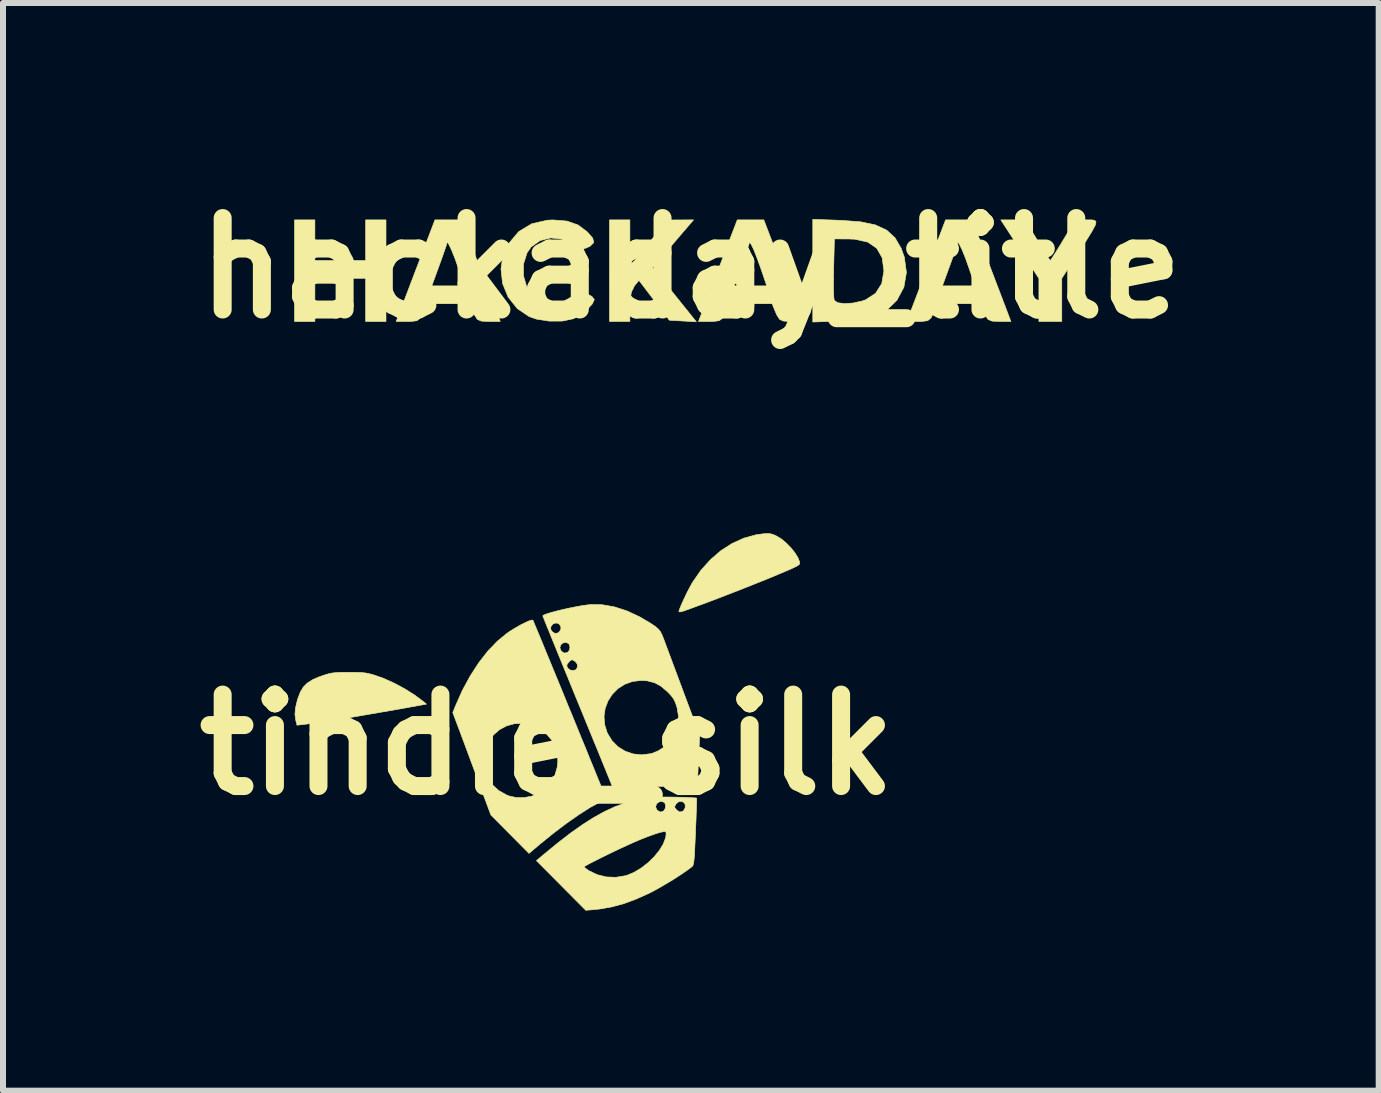
<source format=kicad_pcb>
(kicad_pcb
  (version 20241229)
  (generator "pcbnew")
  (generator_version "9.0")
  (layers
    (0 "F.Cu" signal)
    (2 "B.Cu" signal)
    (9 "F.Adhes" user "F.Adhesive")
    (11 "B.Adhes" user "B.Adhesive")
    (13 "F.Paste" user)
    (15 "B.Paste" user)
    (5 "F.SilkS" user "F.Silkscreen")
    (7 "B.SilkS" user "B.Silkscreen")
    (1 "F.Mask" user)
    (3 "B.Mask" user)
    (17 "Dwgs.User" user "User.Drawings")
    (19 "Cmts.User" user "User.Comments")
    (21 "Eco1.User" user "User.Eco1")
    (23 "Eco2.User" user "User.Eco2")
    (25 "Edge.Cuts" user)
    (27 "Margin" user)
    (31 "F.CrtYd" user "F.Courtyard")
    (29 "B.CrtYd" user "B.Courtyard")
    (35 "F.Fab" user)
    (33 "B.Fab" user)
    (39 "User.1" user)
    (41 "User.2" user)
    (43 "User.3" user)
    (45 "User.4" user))
  (footprint "tindie_silk"
    (layer "F.Cu")
    (at 6.067 9.359)
    (property "Reference" "tindie_silk" (at 0 0 0) (layer "F.SilkS") (effects (font (size 1.524 1.524) (thickness 0.3))))
    (attr through_hole)
    (fp_poly (pts (xy -3.188 -1.205) (xy -3.1 -1.202) (xy -3.028 -1.195) (xy -2.964 -1.183) (xy -2.897 -1.165) (xy -2.894 -1.164) (xy -2.73 -1.107) (xy -2.554 -1.028) (xy -2.376 -0.933) (xy -2.209 -0.828) (xy -2.062 -0.719) (xy -2.01 -0.676) (xy -2.116 -0.657) (xy -2.475 -0.592) (xy -2.803 -0.535) (xy -3.1 -0.484) (xy -3.366 -0.439) (xy -3.599 -0.402) (xy -3.798 -0.372) (xy -3.964 -0.349) (xy -4.066 -0.336) (xy -4.168 -0.325) (xy -4.189 -0.409) (xy -4.202 -0.504) (xy -4.193 -0.611) (xy -4.163 -0.739) (xy -4.152 -0.774) (xy -4.112 -0.878) (xy -4.062 -0.961) (xy -3.996 -1.027) (xy -3.908 -1.083) (xy -3.794 -1.132) (xy -3.701 -1.164) (xy -3.64 -1.182) (xy -3.582 -1.194) (xy -3.519 -1.201) (xy -3.44 -1.205) (xy -3.337 -1.206) (xy -3.302 -1.206) (xy -3.188 -1.205)) (stroke (width 0.01) (type solid)) (fill yes) (layer "F.SilkS"))
    (fp_poly (pts (xy 3.725 -3.514) (xy 3.773 -3.5) (xy 3.828 -3.474) (xy 3.909 -3.424) (xy 3.989 -3.356) (xy 4.065 -3.278) (xy 4.13 -3.196) (xy 4.179 -3.117) (xy 4.206 -3.048) (xy 4.209 -3.021) (xy 4.206 -3.009) (xy 4.193 -2.996) (xy 4.167 -2.979) (xy 4.124 -2.957) (xy 4.062 -2.928) (xy 3.976 -2.891) (xy 3.862 -2.843) (xy 3.743 -2.793) (xy 3.653 -2.756) (xy 3.54 -2.711) (xy 3.411 -2.659) (xy 3.272 -2.604) (xy 3.129 -2.548) (xy 2.989 -2.494) (xy 2.858 -2.443) (xy 2.742 -2.399) (xy 2.647 -2.363) (xy 2.585 -2.34) (xy 2.524 -2.318) (xy 2.445 -2.289) (xy 2.361 -2.258) (xy 2.345 -2.252) (xy 2.263 -2.224) (xy 2.213 -2.212) (xy 2.195 -2.218) (xy 2.195 -2.218) (xy 2.203 -2.248) (xy 2.225 -2.303) (xy 2.256 -2.375) (xy 2.294 -2.456) (xy 2.334 -2.54) (xy 2.375 -2.618) (xy 2.411 -2.684) (xy 2.422 -2.703) (xy 2.562 -2.905) (xy 2.721 -3.082) (xy 2.894 -3.232) (xy 3.081 -3.352) (xy 3.277 -3.441) (xy 3.479 -3.497) (xy 3.601 -3.514) (xy 3.673 -3.518) (xy 3.725 -3.514)) (stroke (width 0.01) (type solid)) (fill yes) (layer "F.SilkS"))
    (fp_poly (pts (xy -0.237 -2.075) (xy -0.229 -2.057) (xy -0.209 -2.008) (xy -0.177 -1.932) (xy -0.135 -1.831) (xy -0.084 -1.708) (xy -0.026 -1.566) (xy 0.039 -1.409) (xy 0.109 -1.238) (xy 0.184 -1.057) (xy 0.261 -0.869) (xy 0.339 -0.677) (xy 0.419 -0.484) (xy 0.497 -0.293) (xy 0.573 -0.106) (xy 0.647 0.073) (xy 0.715 0.242) (xy 0.779 0.397) (xy 0.835 0.536) (xy 0.884 0.655) (xy 0.923 0.752) (xy 0.952 0.824) (xy 0.969 0.868) (xy 0.971 0.874) (xy 0.97 0.895) (xy 0.948 0.918) (xy 0.899 0.947) (xy 0.868 0.963) (xy 0.705 1.053) (xy 0.523 1.17) (xy 0.323 1.31) (xy 0.108 1.473) (xy -0.118 1.656) (xy -0.228 1.749) (xy -0.302 1.812) (xy -0.62 1.491) (xy -0.938 1.17) (xy -1.153 0.59) (xy -1.209 0.437) (xy -1.267 0.282) (xy -1.275 0.259) (xy -1.054 0.259) (xy -1.039 0.412) (xy -0.991 0.549) (xy -0.913 0.668) (xy -0.806 0.765) (xy -0.672 0.84) (xy -0.629 0.856) (xy -0.515 0.881) (xy -0.388 0.882) (xy -0.262 0.86) (xy -0.172 0.826) (xy -0.045 0.745) (xy 0.056 0.64) (xy 0.128 0.515) (xy 0.169 0.372) (xy 0.178 0.29) (xy 0.174 0.158) (xy 0.145 0.044) (xy 0.088 -0.062) (xy -0.000218 -0.167) (xy -0.009 -0.175) (xy -0.071 -0.234) (xy -0.122 -0.273) (xy -0.176 -0.301) (xy -0.246 -0.325) (xy -0.253 -0.327) (xy -0.4 -0.355) (xy -0.542 -0.35) (xy -0.674 -0.314) (xy -0.793 -0.251) (xy -0.894 -0.163) (xy -0.973 -0.054) (xy -1.028 0.075) (xy -1.053 0.219) (xy -1.054 0.259) (xy -1.275 0.259) (xy -1.323 0.131) (xy -1.375 -0.01) (xy -1.421 -0.132) (xy -1.457 -0.231) (xy -1.47 -0.263) (xy -1.572 -0.535) (xy -1.528 -0.644) (xy -1.413 -0.903) (xy -1.283 -1.143) (xy -1.141 -1.363) (xy -0.99 -1.557) (xy -0.831 -1.723) (xy -0.668 -1.857) (xy -0.626 -1.886) (xy -0.536 -1.942) (xy -0.449 -1.992) (xy -0.369 -2.032) (xy -0.304 -2.062) (xy -0.258 -2.076) (xy -0.237 -2.075)) (stroke (width 0.01) (type solid)) (fill yes) (layer "F.SilkS"))
    (fp_poly (pts (xy 2.134 0.874) (xy 2.243 0.877) (xy 2.339 0.88) (xy 2.416 0.884) (xy 2.468 0.887) (xy 2.491 0.89) (xy 2.491 0.89) (xy 2.492 0.91) (xy 2.491 0.961) (xy 2.489 1.039) (xy 2.485 1.141) (xy 2.481 1.26) (xy 2.475 1.394) (xy 2.473 1.451) (xy 2.466 1.608) (xy 2.46 1.732) (xy 2.455 1.828) (xy 2.45 1.899) (xy 2.444 1.951) (xy 2.438 1.986) (xy 2.431 2.009) (xy 2.422 2.024) (xy 2.411 2.035) (xy 2.408 2.037) (xy 2.328 2.097) (xy 2.224 2.168) (xy 2.106 2.244) (xy 1.98 2.32) (xy 1.858 2.391) (xy 1.746 2.452) (xy 1.696 2.477) (xy 1.478 2.575) (xy 1.275 2.65) (xy 1.078 2.703) (xy 0.878 2.738) (xy 0.771 2.749) (xy 0.644 2.76) (xy 0.233 2.346) (xy -0.076 2.035) (xy 0.617 2.035) (xy 0.631 2.052) (xy 0.667 2.08) (xy 0.694 2.099) (xy 0.834 2.166) (xy 0.987 2.204) (xy 1.146 2.21) (xy 1.304 2.184) (xy 1.327 2.178) (xy 1.448 2.128) (xy 1.568 2.056) (xy 1.681 1.968) (xy 1.784 1.868) (xy 1.87 1.762) (xy 1.935 1.656) (xy 1.974 1.553) (xy 1.982 1.506) (xy 1.982 1.464) (xy 1.971 1.448) (xy 1.941 1.449) (xy 1.88 1.462) (xy 1.792 1.49) (xy 1.683 1.529) (xy 1.56 1.577) (xy 1.506 1.6) (xy 1.426 1.635) (xy 1.331 1.678) (xy 1.226 1.726) (xy 1.116 1.778) (xy 1.006 1.831) (xy 0.901 1.883) (xy 0.806 1.931) (xy 0.725 1.972) (xy 0.663 2.005) (xy 0.626 2.027) (xy 0.617 2.035) (xy -0.076 2.035) (xy -0.178 1.932) (xy -0.059 1.832) (xy 0.175 1.64) (xy 0.39 1.474) (xy 0.589 1.333) (xy 0.776 1.214) (xy 0.953 1.116) (xy 1.125 1.036) (xy 1.134 1.033) (xy 1.808 1.033) (xy 1.826 1.081) (xy 1.848 1.102) (xy 1.892 1.123) (xy 1.934 1.109) (xy 1.949 1.096) (xy 1.973 1.052) (xy 1.974 1.024) (xy 2.127 1.024) (xy 2.129 1.052) (xy 2.157 1.086) (xy 2.159 1.089) (xy 2.205 1.12) (xy 2.248 1.117) (xy 2.276 1.096) (xy 2.3 1.052) (xy 2.301 1.001) (xy 2.282 0.965) (xy 2.24 0.945) (xy 2.191 0.952) (xy 2.151 0.984) (xy 2.127 1.024) (xy 1.974 1.024) (xy 1.974 1.001) (xy 1.956 0.965) (xy 1.913 0.945) (xy 1.864 0.952) (xy 1.826 0.982) (xy 1.808 1.033) (xy 1.134 1.033) (xy 1.293 0.974) (xy 1.463 0.926) (xy 1.613 0.896) (xy 1.692 0.884) (xy 1.777 0.876) (xy 1.875 0.873) (xy 1.993 0.872) (xy 2.134 0.874)) (stroke (width 0.01) (type solid)) (fill yes) (layer "F.SilkS"))
    (fp_poly (pts (xy 0.918 -2.332) (xy 1.119 -2.297) (xy 1.328 -2.23) (xy 1.541 -2.131) (xy 1.724 -2.023) (xy 1.798 -1.973) (xy 1.849 -1.931) (xy 1.886 -1.886) (xy 1.915 -1.83) (xy 1.946 -1.752) (xy 1.946 -1.751) (xy 1.962 -1.707) (xy 1.99 -1.633) (xy 2.027 -1.533) (xy 2.072 -1.413) (xy 2.123 -1.276) (xy 2.179 -1.126) (xy 2.238 -0.968) (xy 2.267 -0.889) (xy 2.542 -0.154) (xy 2.522 0.281) (xy 2.516 0.402) (xy 2.511 0.511) (xy 2.506 0.602) (xy 2.502 0.67) (xy 2.499 0.71) (xy 2.498 0.719) (xy 2.48 0.719) (xy 2.435 0.715) (xy 2.371 0.708) (xy 2.359 0.707) (xy 2.198 0.694) (xy 2.02 0.691) (xy 1.843 0.697) (xy 1.696 0.709) (xy 1.61 0.722) (xy 1.508 0.742) (xy 1.402 0.764) (xy 1.302 0.789) (xy 1.219 0.811) (xy 1.175 0.826) (xy 1.147 0.825) (xy 1.127 0.794) (xy 1.125 0.79) (xy 1.116 0.766) (xy 1.093 0.711) (xy 1.059 0.628) (xy 1.015 0.519) (xy 0.961 0.386) (xy 0.898 0.232) (xy 0.828 0.06) (xy 0.751 -0.127) (xy 0.668 -0.329) (xy 0.611 -0.47) (xy 0.948 -0.47) (xy 0.959 -0.332) (xy 1.003 -0.193) (xy 1.005 -0.19) (xy 1.081 -0.066) (xy 1.18 0.034) (xy 1.299 0.108) (xy 1.432 0.154) (xy 1.575 0.169) (xy 1.723 0.151) (xy 1.76 0.141) (xy 1.848 0.104) (xy 1.941 0.046) (xy 2.021 -0.022) (xy 2.05 -0.055) (xy 2.132 -0.185) (xy 2.179 -0.323) (xy 2.19 -0.468) (xy 2.165 -0.619) (xy 2.16 -0.635) (xy 2.136 -0.706) (xy 2.108 -0.762) (xy 2.07 -0.814) (xy 2.012 -0.876) (xy 2.008 -0.88) (xy 1.9 -0.973) (xy 1.79 -1.033) (xy 1.668 -1.064) (xy 1.569 -1.07) (xy 1.425 -1.054) (xy 1.294 -1.007) (xy 1.18 -0.935) (xy 1.086 -0.84) (xy 1.014 -0.728) (xy 0.967 -0.604) (xy 0.948 -0.47) (xy 0.611 -0.47) (xy 0.582 -0.54) (xy 0.517 -0.698) (xy 0.428 -0.915) (xy 0.344 -1.122) (xy 0.264 -1.317) (xy 0.327 -1.317) (xy 0.342 -1.275) (xy 0.38 -1.246) (xy 0.429 -1.235) (xy 0.474 -1.246) (xy 0.486 -1.255) (xy 0.507 -1.298) (xy 0.5 -1.347) (xy 0.468 -1.387) (xy 0.433 -1.408) (xy 0.413 -1.415) (xy 0.387 -1.402) (xy 0.356 -1.37) (xy 0.332 -1.335) (xy 0.327 -1.317) (xy 0.264 -1.317) (xy 0.264 -1.317) (xy 0.19 -1.498) (xy 0.142 -1.616) (xy 0.212 -1.616) (xy 0.23 -1.568) (xy 0.251 -1.547) (xy 0.286 -1.527) (xy 0.321 -1.531) (xy 0.346 -1.543) (xy 0.372 -1.575) (xy 0.381 -1.622) (xy 0.37 -1.668) (xy 0.359 -1.684) (xy 0.317 -1.704) (xy 0.268 -1.697) (xy 0.229 -1.667) (xy 0.212 -1.616) (xy 0.142 -1.616) (xy 0.124 -1.661) (xy 0.065 -1.805) (xy 0.016 -1.927) (xy 0.002 -1.96) (xy 0.059 -1.96) (xy 0.063 -1.914) (xy 0.084 -1.884) (xy 0.129 -1.854) (xy 0.176 -1.86) (xy 0.208 -1.886) (xy 0.231 -1.932) (xy 0.226 -1.976) (xy 0.2 -2.01) (xy 0.161 -2.028) (xy 0.115 -2.021) (xy 0.09 -2.004) (xy 0.059 -1.96) (xy 0.002 -1.96) (xy -0.024 -2.025) (xy -0.052 -2.095) (xy -0.069 -2.137) (xy -0.073 -2.147) (xy -0.056 -2.161) (xy -0.009 -2.179) (xy 0.062 -2.201) (xy 0.151 -2.225) (xy 0.252 -2.25) (xy 0.36 -2.274) (xy 0.469 -2.296) (xy 0.572 -2.315) (xy 0.664 -2.328) (xy 0.727 -2.335) (xy 0.918 -2.332)) (stroke (width 0.01) (type solid)) (fill yes) (layer "F.SilkS")))
  (footprint "hackaday_title"
    (layer "F.Cu")
    (at 8.462 1.418)
    (property "Reference" "hackaday_title" (at 0 0 0) (layer "F.SilkS") (effects (font (size 1.524 1.524) (thickness 0.3))))
    (attr through_hole)
    (fp_poly (pts (xy -6.265 -0.127) (xy -5.419 -0.127) (xy -5.419 -0.804) (xy -5.08 -0.804) (xy -5.08 0.889) (xy -5.419 0.889) (xy -5.419 0.169) (xy -6.265 0.169) (xy -6.265 0.889) (xy -6.604 0.889) (xy -6.604 -0.804) (xy -6.265 -0.804) (xy -6.265 -0.127)) (stroke (width 0.01) (type solid)) (fill yes) (layer "F.SilkS"))
    (fp_poly (pts (xy 5.773 -0.466) (xy 5.864 -0.319) (xy 5.936 -0.204) (xy 5.981 -0.138) (xy 5.99 -0.127) (xy 6.014 -0.161) (xy 6.072 -0.251) (xy 6.154 -0.382) (xy 6.204 -0.466) (xy 6.409 -0.804) (xy 6.596 -0.804) (xy 6.678 -0.804) (xy 6.731 -0.796) (xy 6.752 -0.769) (xy 6.738 -0.713) (xy 6.687 -0.618) (xy 6.597 -0.472) (xy 6.463 -0.265) (xy 6.46 -0.261) (xy 6.181 0.171) (xy 6.181 0.889) (xy 5.8 0.889) (xy 5.8 0.173) (xy 5.165 -0.804) (xy 5.567 -0.804) (xy 5.773 -0.466)) (stroke (width 0.01) (type solid)) (fill yes) (layer "F.SilkS"))
    (fp_poly (pts (xy -1.016 -0.445) (xy -1.012 -0.282) (xy -1.003 -0.158) (xy -0.989 -0.091) (xy -0.983 -0.085) (xy -0.945 -0.116) (xy -0.869 -0.202) (xy -0.766 -0.327) (xy -0.676 -0.443) (xy -0.402 -0.802) (xy -0.178 -0.803) (xy 0.045 -0.804) (xy -0.295 -0.407) (xy -0.635 -0.009) (xy -0.272 0.442) (xy 0.091 0.894) (xy -0.358 0.868) (xy -0.865 0.204) (xy -0.941 0.297) (xy -0.992 0.403) (xy -1.014 0.565) (xy -1.016 0.64) (xy -1.016 0.889) (xy -1.355 0.889) (xy -1.355 -0.804) (xy -1.016 -0.804) (xy -1.016 -0.445)) (stroke (width 0.01) (type solid)) (fill yes) (layer "F.SilkS"))
    (fp_poly (pts (xy 2.508 -0.796) (xy 2.827 -0.772) (xy 3.075 -0.72) (xy 3.263 -0.633) (xy 3.402 -0.506) (xy 3.504 -0.331) (xy 3.557 -0.184) (xy 3.592 0.072) (xy 3.55 0.317) (xy 3.434 0.535) (xy 3.253 0.711) (xy 3.173 0.761) (xy 3.076 0.809) (xy 2.977 0.842) (xy 2.852 0.862) (xy 2.681 0.875) (xy 2.508 0.882) (xy 2.032 0.898) (xy 2.032 0.195) (xy 2.377 0.195) (xy 2.378 0.365) (xy 2.382 0.486) (xy 2.389 0.537) (xy 2.445 0.576) (xy 2.557 0.591) (xy 2.701 0.582) (xy 2.852 0.549) (xy 2.912 0.528) (xy 3.078 0.42) (xy 3.181 0.258) (xy 3.217 0.048) (xy 3.217 0.044) (xy 3.188 -0.173) (xy 3.098 -0.331) (xy 2.947 -0.434) (xy 2.731 -0.482) (xy 2.63 -0.486) (xy 2.392 -0.487) (xy 2.38 -0.003) (xy 2.377 0.195) (xy 2.032 0.195) (xy 2.032 -0.813) (xy 2.508 -0.796)) (stroke (width 0.01) (type solid)) (fill yes) (layer "F.SilkS"))
    (fp_poly (pts (xy -3.599 -0.222) (xy -3.51 0.011) (xy -3.422 0.242) (xy -3.344 0.445) (xy -3.286 0.599) (xy -3.276 0.624) (xy -3.176 0.889) (xy -3.368 0.889) (xy -3.489 0.883) (xy -3.557 0.855) (xy -3.603 0.785) (xy -3.622 0.741) (xy -3.684 0.593) (xy -4.402 0.593) (xy -4.463 0.741) (xy -4.509 0.833) (xy -4.564 0.876) (xy -4.66 0.888) (xy -4.718 0.889) (xy -4.91 0.889) (xy -4.809 0.624) (xy -4.756 0.486) (xy -4.684 0.296) (xy -4.317 0.296) (xy -3.773 0.296) (xy -3.873 0.002) (xy -3.933 -0.167) (xy -3.989 -0.305) (xy -4.033 -0.397) (xy -4.058 -0.431) (xy -4.063 -0.421) (xy -4.077 -0.373) (xy -4.114 -0.265) (xy -4.166 -0.118) (xy -4.191 -0.05) (xy -4.317 0.296) (xy -4.684 0.296) (xy -4.682 0.291) (xy -4.596 0.065) (xy -4.506 -0.17) (xy -4.486 -0.222) (xy -4.264 -0.804) (xy -3.822 -0.804) (xy -3.599 -0.222)) (stroke (width 0.01) (type solid)) (fill yes) (layer "F.SilkS"))
    (fp_poly (pts (xy 1.438 -0.222) (xy 1.527 0.011) (xy 1.615 0.242) (xy 1.693 0.445) (xy 1.752 0.599) (xy 1.761 0.624) (xy 1.862 0.889) (xy 1.67 0.889) (xy 1.548 0.883) (xy 1.48 0.855) (xy 1.435 0.785) (xy 1.415 0.741) (xy 1.354 0.593) (xy 0.636 0.593) (xy 0.574 0.741) (xy 0.529 0.833) (xy 0.473 0.876) (xy 0.377 0.888) (xy 0.32 0.889) (xy 0.128 0.889) (xy 0.228 0.624) (xy 0.281 0.486) (xy 0.353 0.296) (xy 0.721 0.296) (xy 1.265 0.296) (xy 1.165 0.002) (xy 1.104 -0.167) (xy 1.049 -0.305) (xy 1.005 -0.397) (xy 0.979 -0.431) (xy 0.975 -0.421) (xy 0.961 -0.373) (xy 0.924 -0.265) (xy 0.871 -0.118) (xy 0.847 -0.05) (xy 0.721 0.296) (xy 0.353 0.296) (xy 0.355 0.291) (xy 0.442 0.065) (xy 0.532 -0.17) (xy 0.551 -0.222) (xy 0.774 -0.804) (xy 1.216 -0.804) (xy 1.438 -0.222)) (stroke (width 0.01) (type solid)) (fill yes) (layer "F.SilkS"))
    (fp_poly (pts (xy 4.91 -0.222) (xy 4.999 0.011) (xy 5.087 0.242) (xy 5.165 0.445) (xy 5.223 0.599) (xy 5.233 0.624) (xy 5.333 0.889) (xy 5.141 0.889) (xy 5.02 0.883) (xy 4.952 0.855) (xy 4.906 0.785) (xy 4.887 0.741) (xy 4.825 0.593) (xy 4.107 0.593) (xy 4.046 0.741) (xy 4 0.833) (xy 3.945 0.876) (xy 3.849 0.888) (xy 3.791 0.889) (xy 3.599 0.889) (xy 3.7 0.624) (xy 3.753 0.486) (xy 3.825 0.296) (xy 4.192 0.296) (xy 4.736 0.296) (xy 4.636 0.002) (xy 4.576 -0.167) (xy 4.52 -0.305) (xy 4.476 -0.397) (xy 4.451 -0.431) (xy 4.446 -0.421) (xy 4.432 -0.373) (xy 4.395 -0.265) (xy 4.343 -0.118) (xy 4.318 -0.05) (xy 4.192 0.296) (xy 3.825 0.296) (xy 3.827 0.291) (xy 3.913 0.065) (xy 4.003 -0.17) (xy 4.023 -0.222) (xy 4.245 -0.804) (xy 4.687 -0.804) (xy 4.91 -0.222)) (stroke (width 0.01) (type solid)) (fill yes) (layer "F.SilkS"))
    (fp_poly (pts (xy -2.064 -0.784) (xy -1.879 -0.719) (xy -1.725 -0.603) (xy -1.635 -0.5) (xy -1.618 -0.426) (xy -1.677 -0.367) (xy -1.735 -0.339) (xy -1.824 -0.311) (xy -1.894 -0.326) (xy -1.983 -0.39) (xy -1.992 -0.397) (xy -2.155 -0.485) (xy -2.336 -0.504) (xy -2.512 -0.459) (xy -2.66 -0.354) (xy -2.73 -0.255) (xy -2.789 -0.067) (xy -2.788 0.132) (xy -2.734 0.316) (xy -2.63 0.464) (xy -2.541 0.528) (xy -2.345 0.589) (xy -2.154 0.571) (xy -1.992 0.482) (xy -1.899 0.413) (xy -1.829 0.395) (xy -1.743 0.42) (xy -1.735 0.424) (xy -1.647 0.474) (xy -1.609 0.524) (xy -1.609 0.526) (xy -1.642 0.596) (xy -1.725 0.686) (xy -1.833 0.773) (xy -1.945 0.837) (xy -1.961 0.844) (xy -2.141 0.882) (xy -2.357 0.883) (xy -2.57 0.85) (xy -2.693 0.808) (xy -2.893 0.673) (xy -3.044 0.483) (xy -3.137 0.257) (xy -3.164 0.013) (xy -3.139 -0.158) (xy -3.032 -0.414) (xy -2.868 -0.609) (xy -2.652 -0.739) (xy -2.389 -0.799) (xy -2.299 -0.803) (xy -2.064 -0.784)) (stroke (width 0.01) (type solid)) (fill yes) (layer "F.SilkS")))
  (gr_rect
    (start -3 -3)
    (end 19.924 15.124)
    (stroke (width 0.1) (type default))
    (fill no)
    (layer "Edge.Cuts")))
</source>
